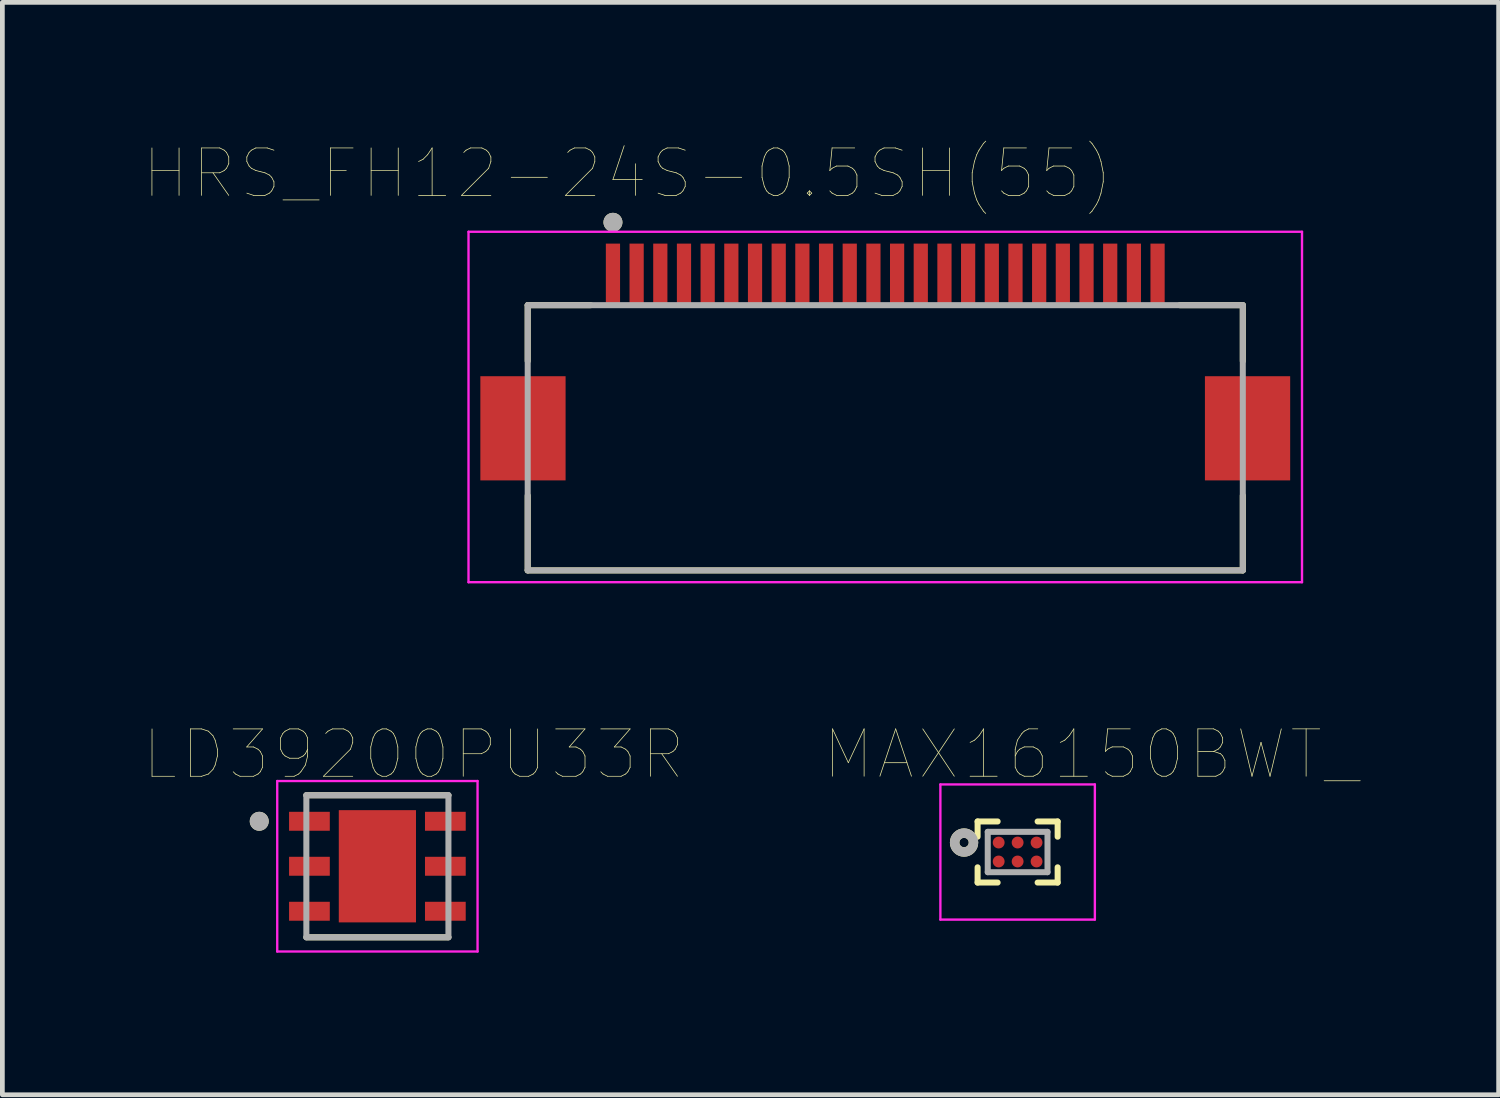
<source format=kicad_pcb>
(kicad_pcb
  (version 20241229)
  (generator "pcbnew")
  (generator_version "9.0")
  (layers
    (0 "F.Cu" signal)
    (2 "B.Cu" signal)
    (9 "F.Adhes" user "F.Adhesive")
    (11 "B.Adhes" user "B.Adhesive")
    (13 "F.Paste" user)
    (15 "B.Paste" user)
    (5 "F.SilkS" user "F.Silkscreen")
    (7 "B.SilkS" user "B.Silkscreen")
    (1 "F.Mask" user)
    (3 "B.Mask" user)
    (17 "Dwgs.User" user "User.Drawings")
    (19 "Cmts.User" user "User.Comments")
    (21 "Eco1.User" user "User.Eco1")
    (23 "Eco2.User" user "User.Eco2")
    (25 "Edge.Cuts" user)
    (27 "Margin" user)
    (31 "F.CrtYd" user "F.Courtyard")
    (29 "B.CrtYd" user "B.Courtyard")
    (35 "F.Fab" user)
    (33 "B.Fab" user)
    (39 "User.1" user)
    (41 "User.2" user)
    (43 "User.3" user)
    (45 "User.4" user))
  (footprint "HRS_FH12-24S-0.5SH(55)"
    (layer "F.Cu")
    (at 15.643 5.544)
    (property "Reference" "HRS_FH12-24S-0.5SH(55)" (at -5.441 -4.931 0) (layer "F.SilkS") (effects (font (size 1.002 1.002) (thickness 0.015))))
    (attr through_hole)
    (fp_line (start -7.55 -2.15) (end -6.22 -2.15) (stroke (width 0.127) (type solid)) (layer "F.SilkS"))
    (fp_line (start -7.55 -0.97) (end -7.55 -2.15) (stroke (width 0.127) (type solid)) (layer "F.SilkS"))
    (fp_line (start -7.55 3.45) (end -7.55 1.87) (stroke (width 0.127) (type solid)) (layer "F.SilkS"))
    (fp_line (start 6.22 -2.15) (end 7.55 -2.15) (stroke (width 0.127) (type solid)) (layer "F.SilkS"))
    (fp_line (start 7.55 -0.97) (end 7.55 -2.15) (stroke (width 0.127) (type solid)) (layer "F.SilkS"))
    (fp_line (start 7.55 3.45) (end -7.55 3.45) (stroke (width 0.127) (type solid)) (layer "F.SilkS"))
    (fp_line (start 7.55 3.45) (end 7.55 1.87) (stroke (width 0.127) (type solid)) (layer "F.SilkS"))
    (fp_circle (center -5.75 -3.9) (end -5.65 -3.9) (stroke (width 0.2) (type solid)) (fill no) (layer "F.SilkS"))
    (fp_poly (pts (xy -5.875 -3.45) (xy -5.625 -3.45) (xy -5.625 -2.15) (xy -5.875 -2.15)) (stroke (width 0.01) (type solid)) (fill yes) (layer "F.Paste"))
    (fp_poly (pts (xy -5.375 -3.45) (xy -5.125 -3.45) (xy -5.125 -2.15) (xy -5.375 -2.15)) (stroke (width 0.01) (type solid)) (fill yes) (layer "F.Paste"))
    (fp_poly (pts (xy -4.875 -3.45) (xy -4.625 -3.45) (xy -4.625 -2.15) (xy -4.875 -2.15)) (stroke (width 0.01) (type solid)) (fill yes) (layer "F.Paste"))
    (fp_poly (pts (xy -4.375 -3.45) (xy -4.125 -3.45) (xy -4.125 -2.15) (xy -4.375 -2.15)) (stroke (width 0.01) (type solid)) (fill yes) (layer "F.Paste"))
    (fp_poly (pts (xy -3.875 -3.45) (xy -3.625 -3.45) (xy -3.625 -2.15) (xy -3.875 -2.15)) (stroke (width 0.01) (type solid)) (fill yes) (layer "F.Paste"))
    (fp_poly (pts (xy -3.375 -3.45) (xy -3.125 -3.45) (xy -3.125 -2.15) (xy -3.375 -2.15)) (stroke (width 0.01) (type solid)) (fill yes) (layer "F.Paste"))
    (fp_poly (pts (xy -2.875 -3.45) (xy -2.625 -3.45) (xy -2.625 -2.15) (xy -2.875 -2.15)) (stroke (width 0.01) (type solid)) (fill yes) (layer "F.Paste"))
    (fp_poly (pts (xy -2.375 -3.45) (xy -2.125 -3.45) (xy -2.125 -2.15) (xy -2.375 -2.15)) (stroke (width 0.01) (type solid)) (fill yes) (layer "F.Paste"))
    (fp_poly (pts (xy -1.875 -3.45) (xy -1.625 -3.45) (xy -1.625 -2.15) (xy -1.875 -2.15)) (stroke (width 0.01) (type solid)) (fill yes) (layer "F.Paste"))
    (fp_poly (pts (xy -1.375 -3.45) (xy -1.125 -3.45) (xy -1.125 -2.15) (xy -1.375 -2.15)) (stroke (width 0.01) (type solid)) (fill yes) (layer "F.Paste"))
    (fp_poly (pts (xy -0.875 -3.45) (xy -0.625 -3.45) (xy -0.625 -2.15) (xy -0.875 -2.15)) (stroke (width 0.01) (type solid)) (fill yes) (layer "F.Paste"))
    (fp_poly (pts (xy -0.375 -3.45) (xy -0.125 -3.45) (xy -0.125 -2.15) (xy -0.375 -2.15)) (stroke (width 0.01) (type solid)) (fill yes) (layer "F.Paste"))
    (fp_poly (pts (xy 0.125 -3.45) (xy 0.375 -3.45) (xy 0.375 -2.15) (xy 0.125 -2.15)) (stroke (width 0.01) (type solid)) (fill yes) (layer "F.Paste"))
    (fp_poly (pts (xy 0.625 -3.45) (xy 0.875 -3.45) (xy 0.875 -2.15) (xy 0.625 -2.15)) (stroke (width 0.01) (type solid)) (fill yes) (layer "F.Paste"))
    (fp_poly (pts (xy 1.125 -3.45) (xy 1.375 -3.45) (xy 1.375 -2.15) (xy 1.125 -2.15)) (stroke (width 0.01) (type solid)) (fill yes) (layer "F.Paste"))
    (fp_poly (pts (xy 1.625 -3.45) (xy 1.875 -3.45) (xy 1.875 -2.15) (xy 1.625 -2.15)) (stroke (width 0.01) (type solid)) (fill yes) (layer "F.Paste"))
    (fp_poly (pts (xy 2.125 -3.45) (xy 2.375 -3.45) (xy 2.375 -2.15) (xy 2.125 -2.15)) (stroke (width 0.01) (type solid)) (fill yes) (layer "F.Paste"))
    (fp_poly (pts (xy 2.625 -3.45) (xy 2.875 -3.45) (xy 2.875 -2.15) (xy 2.625 -2.15)) (stroke (width 0.01) (type solid)) (fill yes) (layer "F.Paste"))
    (fp_poly (pts (xy 3.125 -3.45) (xy 3.375 -3.45) (xy 3.375 -2.15) (xy 3.125 -2.15)) (stroke (width 0.01) (type solid)) (fill yes) (layer "F.Paste"))
    (fp_poly (pts (xy 3.625 -3.45) (xy 3.875 -3.45) (xy 3.875 -2.15) (xy 3.625 -2.15)) (stroke (width 0.01) (type solid)) (fill yes) (layer "F.Paste"))
    (fp_poly (pts (xy 4.125 -3.45) (xy 4.375 -3.45) (xy 4.375 -2.15) (xy 4.125 -2.15)) (stroke (width 0.01) (type solid)) (fill yes) (layer "F.Paste"))
    (fp_poly (pts (xy 4.625 -3.45) (xy 4.875 -3.45) (xy 4.875 -2.15) (xy 4.625 -2.15)) (stroke (width 0.01) (type solid)) (fill yes) (layer "F.Paste"))
    (fp_poly (pts (xy 5.125 -3.45) (xy 5.375 -3.45) (xy 5.375 -2.15) (xy 5.125 -2.15)) (stroke (width 0.01) (type solid)) (fill yes) (layer "F.Paste"))
    (fp_poly (pts (xy 5.625 -3.45) (xy 5.875 -3.45) (xy 5.875 -2.15) (xy 5.625 -2.15)) (stroke (width 0.01) (type solid)) (fill yes) (layer "F.Paste"))
    (fp_line (start -8.8 -3.7) (end 8.8 -3.7) (stroke (width 0.05) (type solid)) (layer "F.CrtYd"))
    (fp_line (start -8.8 3.7) (end -8.8 -3.7) (stroke (width 0.05) (type solid)) (layer "F.CrtYd"))
    (fp_line (start 8.8 -3.7) (end 8.8 3.7) (stroke (width 0.05) (type solid)) (layer "F.CrtYd"))
    (fp_line (start 8.8 3.7) (end -8.8 3.7) (stroke (width 0.05) (type solid)) (layer "F.CrtYd"))
    (fp_line (start -7.55 -2.15) (end 7.55 -2.15) (stroke (width 0.127) (type solid)) (layer "F.Fab"))
    (fp_line (start -7.55 3.45) (end -7.55 -2.15) (stroke (width 0.127) (type solid)) (layer "F.Fab"))
    (fp_line (start 7.55 -2.15) (end 7.55 3.45) (stroke (width 0.127) (type solid)) (layer "F.Fab"))
    (fp_line (start 7.55 3.45) (end -7.55 3.45) (stroke (width 0.127) (type solid)) (layer "F.Fab"))
    (fp_circle (center -5.75 -3.9) (end -5.65 -3.9) (stroke (width 0.2) (type solid)) (fill no) (layer "F.Fab"))
    (pad "1" smd rect (at -5.75 -2.8) (size 0.3 1.3) (layers "F.Cu" "F.Mask"))
    (pad "2" smd rect (at -5.25 -2.8) (size 0.3 1.3) (layers "F.Cu" "F.Mask"))
    (pad "3" smd rect (at -4.75 -2.8) (size 0.3 1.3) (layers "F.Cu" "F.Mask"))
    (pad "4" smd rect (at -4.25 -2.8) (size 0.3 1.3) (layers "F.Cu" "F.Mask"))
    (pad "5" smd rect (at -3.75 -2.8) (size 0.3 1.3) (layers "F.Cu" "F.Mask"))
    (pad "6" smd rect (at -3.25 -2.8) (size 0.3 1.3) (layers "F.Cu" "F.Mask"))
    (pad "7" smd rect (at -2.75 -2.8) (size 0.3 1.3) (layers "F.Cu" "F.Mask"))
    (pad "8" smd rect (at -2.25 -2.8) (size 0.3 1.3) (layers "F.Cu" "F.Mask"))
    (pad "9" smd rect (at -1.75 -2.8) (size 0.3 1.3) (layers "F.Cu" "F.Mask"))
    (pad "10" smd rect (at -1.25 -2.8) (size 0.3 1.3) (layers "F.Cu" "F.Mask"))
    (pad "11" smd rect (at -0.75 -2.8) (size 0.3 1.3) (layers "F.Cu" "F.Mask"))
    (pad "12" smd rect (at -0.25 -2.8) (size 0.3 1.3) (layers "F.Cu" "F.Mask"))
    (pad "13" smd rect (at 0.25 -2.8) (size 0.3 1.3) (layers "F.Cu" "F.Mask"))
    (pad "14" smd rect (at 0.75 -2.8) (size 0.3 1.3) (layers "F.Cu" "F.Mask"))
    (pad "15" smd rect (at 1.25 -2.8) (size 0.3 1.3) (layers "F.Cu" "F.Mask"))
    (pad "16" smd rect (at 1.75 -2.8) (size 0.3 1.3) (layers "F.Cu" "F.Mask"))
    (pad "17" smd rect (at 2.25 -2.8) (size 0.3 1.3) (layers "F.Cu" "F.Mask"))
    (pad "18" smd rect (at 2.75 -2.8) (size 0.3 1.3) (layers "F.Cu" "F.Mask"))
    (pad "19" smd rect (at 3.25 -2.8) (size 0.3 1.3) (layers "F.Cu" "F.Mask"))
    (pad "20" smd rect (at 3.75 -2.8) (size 0.3 1.3) (layers "F.Cu" "F.Mask"))
    (pad "21" smd rect (at 4.25 -2.8) (size 0.3 1.3) (layers "F.Cu" "F.Mask"))
    (pad "22" smd rect (at 4.75 -2.8) (size 0.3 1.3) (layers "F.Cu" "F.Mask"))
    (pad "23" smd rect (at 5.25 -2.8) (size 0.3 1.3) (layers "F.Cu" "F.Mask"))
    (pad "24" smd rect (at 5.75 -2.8) (size 0.3 1.3) (layers "F.Cu" "F.Mask"))
    (pad "P1" smd rect (at 7.65 0.45) (size 1.8 2.2) (layers "F.Cu" "F.Mask" "F.Paste"))
    (pad "P2" smd rect (at -7.65 0.45) (size 1.8 2.2) (layers "F.Cu" "F.Mask" "F.Paste")))
  (footprint "LD39200PU33R"
    (layer "F.Cu")
    (at 4.919 15.242)
    (property "Reference" "LD39200PU33R" (at 0.765 -2.362 0) (layer "F.SilkS") (effects (font (size 1 1) (thickness 0.015))))
    (attr through_hole)
    (fp_line (start -1.5 -1.5) (end 1.5 -1.5) (stroke (width 0.127) (type solid)) (layer "F.SilkS"))
    (fp_line (start -1.5 1.5) (end 1.5 1.5) (stroke (width 0.127) (type solid)) (layer "F.SilkS"))
    (fp_circle (center -2.495 -0.95) (end -2.395 -0.95) (stroke (width 0.2) (type solid)) (fill no) (layer "F.SilkS"))
    (fp_poly (pts (xy -0.51 -0.75) (xy 0.51 -0.75) (xy 0.51 0.75) (xy -0.51 0.75)) (stroke (width 0.01) (type solid)) (fill yes) (layer "F.Paste"))
    (fp_line (start -2.115 -1.8) (end -2.115 1.8) (stroke (width 0.05) (type solid)) (layer "F.CrtYd"))
    (fp_line (start -2.115 -1.8) (end 2.115 -1.8) (stroke (width 0.05) (type solid)) (layer "F.CrtYd"))
    (fp_line (start -2.115 1.8) (end 2.115 1.8) (stroke (width 0.05) (type solid)) (layer "F.CrtYd"))
    (fp_line (start 2.115 -1.8) (end 2.115 1.8) (stroke (width 0.05) (type solid)) (layer "F.CrtYd"))
    (fp_line (start -1.5 -1.5) (end -1.5 1.5) (stroke (width 0.127) (type solid)) (layer "F.Fab"))
    (fp_line (start -1.5 -1.5) (end 1.5 -1.5) (stroke (width 0.127) (type solid)) (layer "F.Fab"))
    (fp_line (start -1.5 1.5) (end 1.5 1.5) (stroke (width 0.127) (type solid)) (layer "F.Fab"))
    (fp_line (start 1.5 -1.5) (end 1.5 1.5) (stroke (width 0.127) (type solid)) (layer "F.Fab"))
    (fp_circle (center -2.495 -0.95) (end -2.395 -0.95) (stroke (width 0.2) (type solid)) (fill no) (layer "F.Fab"))
    (pad "1" smd rect (at -1.435 -0.95) (size 0.86 0.4) (layers "F.Cu" "F.Mask" "F.Paste"))
    (pad "2" smd rect (at -1.435 0) (size 0.86 0.4) (layers "F.Cu" "F.Mask" "F.Paste"))
    (pad "3" smd rect (at -1.435 0.95) (size 0.86 0.4) (layers "F.Cu" "F.Mask" "F.Paste"))
    (pad "4" smd rect (at 1.435 0.95) (size 0.86 0.4) (layers "F.Cu" "F.Mask" "F.Paste"))
    (pad "5" smd rect (at 1.435 0) (size 0.86 0.4) (layers "F.Cu" "F.Mask" "F.Paste"))
    (pad "6" smd rect (at 1.435 -0.95) (size 0.86 0.4) (layers "F.Cu" "F.Mask" "F.Paste"))
    (pad "7" smd rect (at 0 0) (size 1.63 2.37) (layers "F.Cu" "F.Mask")))
  (footprint "MAX16150BWT_"
    (layer "F.Cu")
    (at 18.438 14.941)
    (property "Reference" "MAX16150BWT_" (at 1.544 -2.062 0) (layer "F.SilkS") (effects (font (size 1 1) (thickness 0.015))))
    (attr through_hole)
    (fp_line (start -0.845 -0.645) (end -0.845 -0.323) (stroke (width 0.127) (type solid)) (layer "F.SilkS"))
    (fp_line (start -0.845 -0.645) (end -0.422 -0.645) (stroke (width 0.127) (type solid)) (layer "F.SilkS"))
    (fp_line (start -0.845 0.645) (end -0.845 0.323) (stroke (width 0.127) (type solid)) (layer "F.SilkS"))
    (fp_line (start -0.845 0.645) (end -0.422 0.645) (stroke (width 0.127) (type solid)) (layer "F.SilkS"))
    (fp_line (start 0.845 -0.645) (end 0.422 -0.645) (stroke (width 0.127) (type solid)) (layer "F.SilkS"))
    (fp_line (start 0.845 -0.645) (end 0.845 -0.323) (stroke (width 0.127) (type solid)) (layer "F.SilkS"))
    (fp_line (start 0.845 0.645) (end 0.422 0.645) (stroke (width 0.127) (type solid)) (layer "F.SilkS"))
    (fp_line (start 0.845 0.645) (end 0.845 0.323) (stroke (width 0.127) (type solid)) (layer "F.SilkS"))
    (fp_circle (center -1.131 -0.2) (end -1.032 -0.2) (stroke (width 0.2) (type solid)) (fill no) (layer "F.SilkS"))
    (fp_line (start -1.631 -1.427) (end 1.631 -1.427) (stroke (width 0.05) (type solid)) (layer "F.CrtYd"))
    (fp_line (start -1.631 1.427) (end -1.631 -1.427) (stroke (width 0.05) (type solid)) (layer "F.CrtYd"))
    (fp_line (start -1.631 1.427) (end 1.631 1.427) (stroke (width 0.05) (type solid)) (layer "F.CrtYd"))
    (fp_line (start 1.631 1.427) (end 1.631 -1.427) (stroke (width 0.05) (type solid)) (layer "F.CrtYd"))
    (fp_line (start -0.631 0.426) (end -0.631 -0.426) (stroke (width 0.127) (type solid)) (layer "F.Fab"))
    (fp_line (start 0.631 -0.426) (end -0.631 -0.426) (stroke (width 0.127) (type solid)) (layer "F.Fab"))
    (fp_line (start 0.631 0.426) (end -0.631 0.426) (stroke (width 0.127) (type solid)) (layer "F.Fab"))
    (fp_line (start 0.631 0.426) (end 0.631 -0.426) (stroke (width 0.127) (type solid)) (layer "F.Fab"))
    (fp_circle (center -1.131 -0.2) (end -1.032 -0.2) (stroke (width 0.2) (type solid)) (fill no) (layer "F.Fab"))
    (pad "A1" smd circle (at -0.4 -0.2) (size 0.25 0.25) (layers "F.Cu" "F.Mask" "F.Paste"))
    (pad "A2" smd circle (at 0 -0.2) (size 0.25 0.25) (layers "F.Cu" "F.Mask" "F.Paste"))
    (pad "A3" smd circle (at 0.4 -0.2) (size 0.25 0.25) (layers "F.Cu" "F.Mask" "F.Paste"))
    (pad "B1" smd circle (at -0.4 0.2) (size 0.25 0.25) (layers "F.Cu" "F.Mask" "F.Paste"))
    (pad "B2" smd circle (at 0 0.2) (size 0.25 0.25) (layers "F.Cu" "F.Mask" "F.Paste"))
    (pad "B3" smd circle (at 0.4 0.2) (size 0.25 0.25) (layers "F.Cu" "F.Mask" "F.Paste")))
  (gr_rect
    (start -3 -3)
    (end 28.595 20.067)
    (stroke (width 0.1) (type default))
    (fill no)
    (layer "Edge.Cuts")))
</source>
